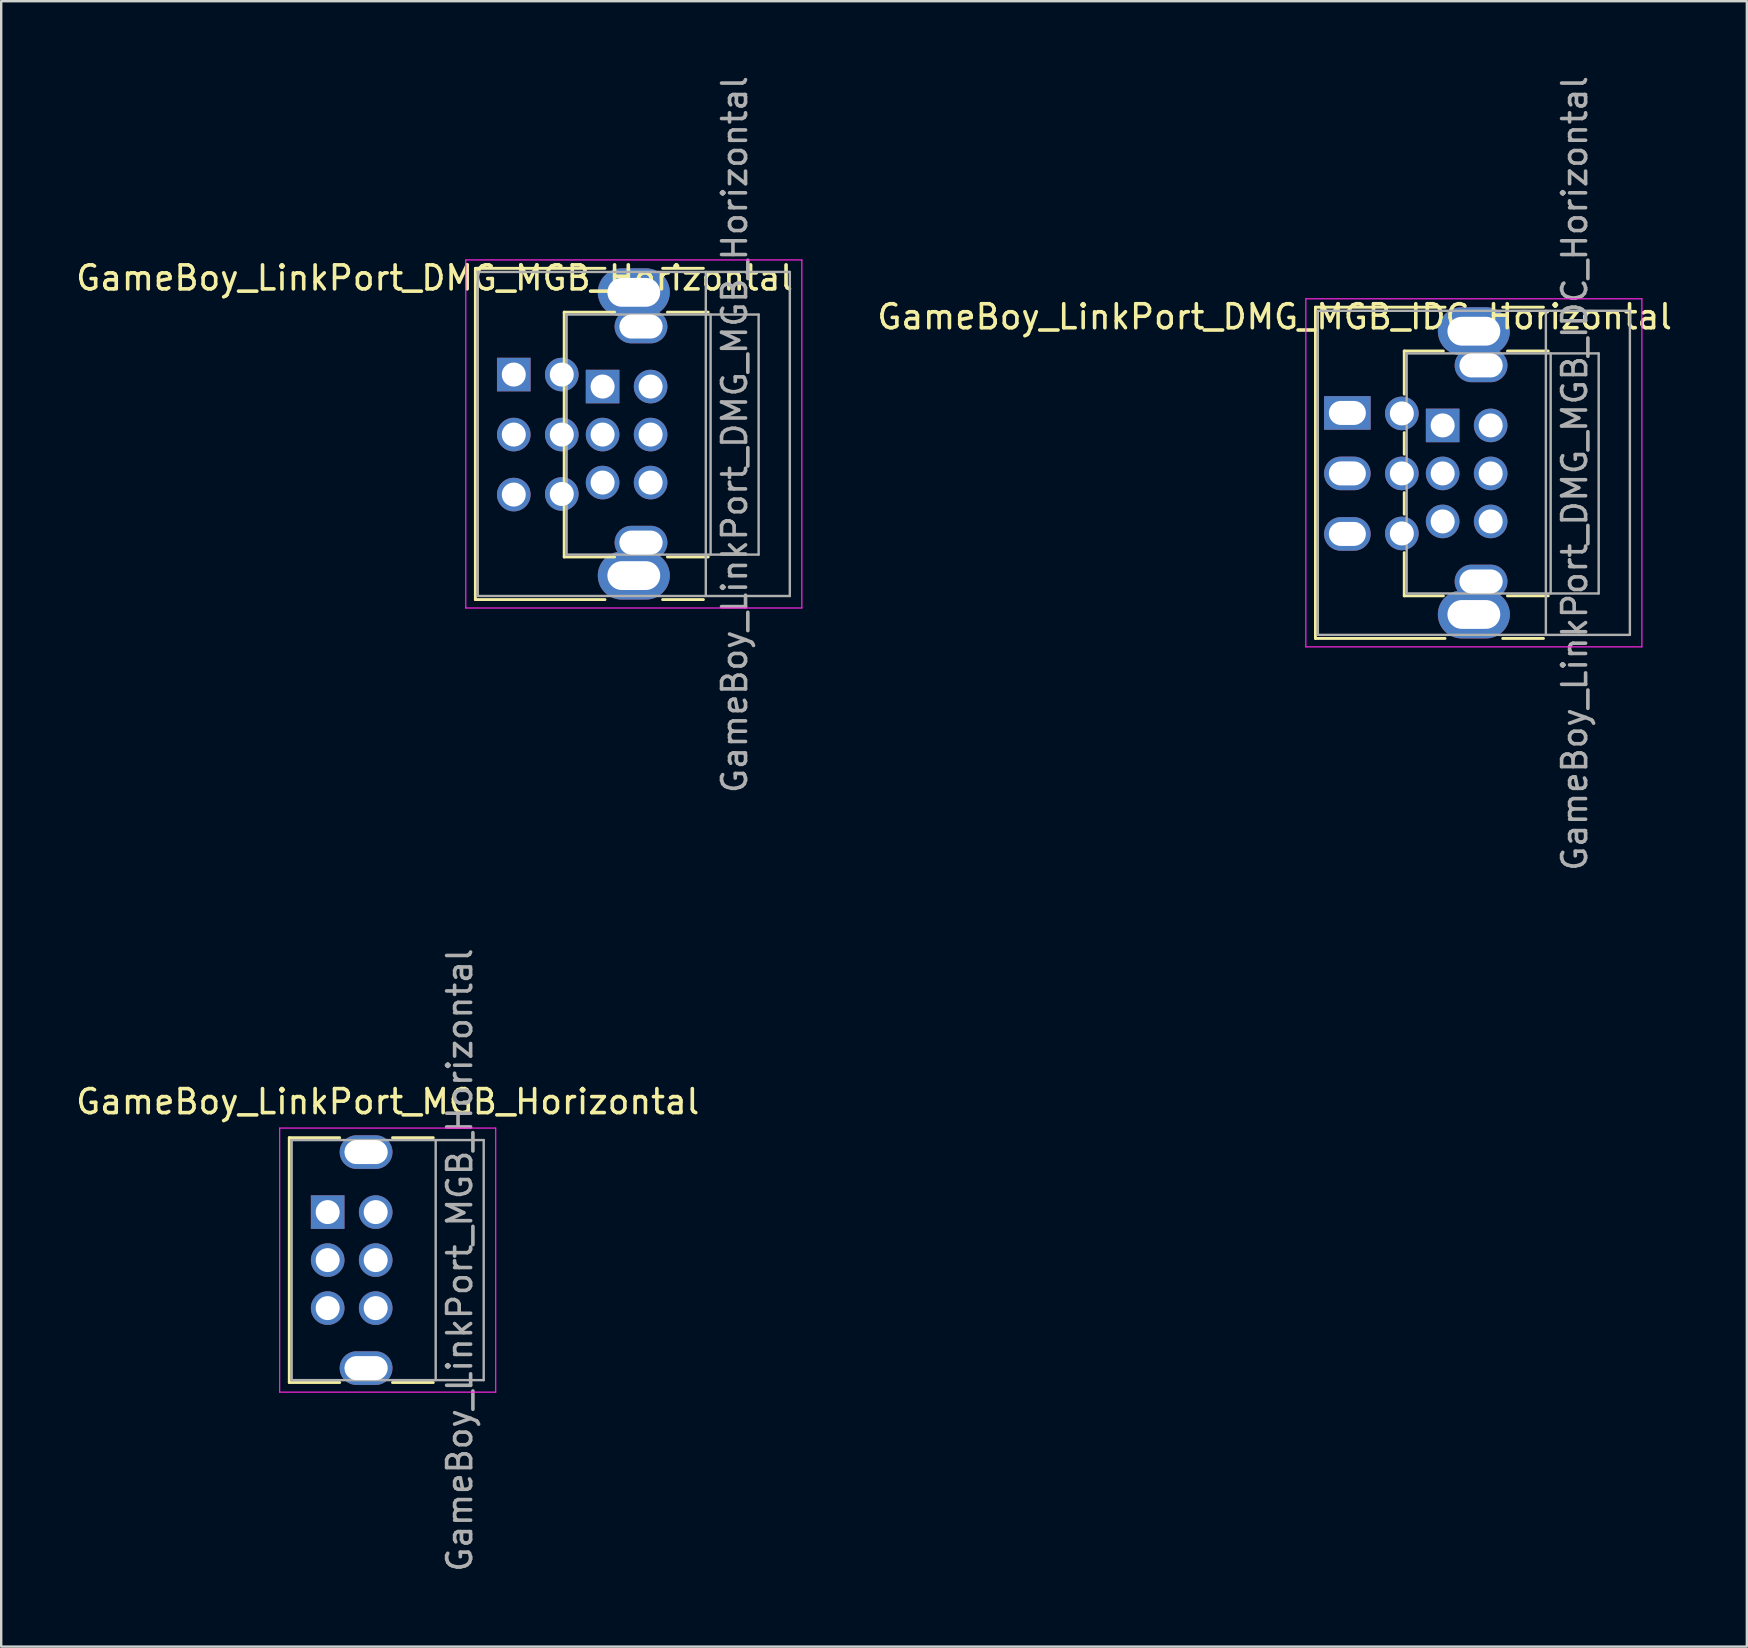
<source format=kicad_pcb>
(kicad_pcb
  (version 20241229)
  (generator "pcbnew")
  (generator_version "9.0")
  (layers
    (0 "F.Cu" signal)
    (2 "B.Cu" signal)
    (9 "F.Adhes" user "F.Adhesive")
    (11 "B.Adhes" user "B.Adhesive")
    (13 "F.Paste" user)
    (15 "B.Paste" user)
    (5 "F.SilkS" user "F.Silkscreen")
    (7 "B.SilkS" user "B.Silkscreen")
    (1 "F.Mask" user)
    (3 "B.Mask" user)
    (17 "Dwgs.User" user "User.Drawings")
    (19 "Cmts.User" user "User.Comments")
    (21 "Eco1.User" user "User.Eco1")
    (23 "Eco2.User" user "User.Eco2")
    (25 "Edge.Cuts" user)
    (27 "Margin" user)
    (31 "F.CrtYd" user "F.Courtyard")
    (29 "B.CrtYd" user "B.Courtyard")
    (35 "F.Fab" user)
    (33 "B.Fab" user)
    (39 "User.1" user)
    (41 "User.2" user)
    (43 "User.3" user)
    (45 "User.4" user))
  (footprint "GameBoy_LinkPort_MGB_Horizontal"
    (layer "F.Cu")
    (at 10.601 47.446)
    (property "Reference" "GameBoy_LinkPort_MGB_Horizontal" (at 2.5 -4.6 0) (layer "F.SilkS") (effects (font (size 1 1) (thickness 0.15))))
    (attr through_hole)
    (fp_line (start -1.6 -3.1) (end -1.6 7.1) (stroke (width 0.12) (type solid)) (layer "F.SilkS"))
    (fp_line (start -1.6 7.1) (end 0.5 7.1) (stroke (width 0.12) (type solid)) (layer "F.SilkS"))
    (fp_line (start 0.5 -3.1) (end -1.6 -3.1) (stroke (width 0.12) (type solid)) (layer "F.SilkS"))
    (fp_line (start 2.7 7.1) (end 4.4 7.1) (stroke (width 0.12) (type solid)) (layer "F.SilkS"))
    (fp_line (start 4.4 -3.1) (end 2.7 -3.1) (stroke (width 0.12) (type solid)) (layer "F.SilkS"))
    (fp_line (start -2 -3.5) (end -2 7.5) (stroke (width 0.05) (type solid)) (layer "F.CrtYd"))
    (fp_line (start 7 -3.5) (end -2 -3.5) (stroke (width 0.05) (type solid)) (layer "F.CrtYd"))
    (fp_line (start 7 -3.5) (end 7 7.5) (stroke (width 0.05) (type solid)) (layer "F.CrtYd"))
    (fp_line (start 7 7.5) (end -2 7.5) (stroke (width 0.05) (type solid)) (layer "F.CrtYd"))
    (fp_line (start -1.5 -3) (end 6.5 -3) (stroke (width 0.1) (type solid)) (layer "F.Fab"))
    (fp_line (start -1.5 7) (end -1.5 -3) (stroke (width 0.1) (type solid)) (layer "F.Fab"))
    (fp_line (start -1.5 7) (end 6.5 7) (stroke (width 0.1) (type solid)) (layer "F.Fab"))
    (fp_line (start 4.5 -3) (end 4.5 7) (stroke (width 0.1) (type solid)) (layer "F.Fab"))
    (fp_line (start 6.5 7) (end 6.5 -3) (stroke (width 0.1) (type solid)) (layer "F.Fab"))
    (fp_text user "${REFERENCE}" (at 5.5 2 90) (layer "F.Fab") (effects (font (size 1 1) (thickness 0.15))))
    (pad "1" thru_hole rect (at 0 0) (size 1.4 1.4) (drill 1) (layers "*.Cu" "*.Mask"))
    (pad "2" thru_hole circle (at 2 0) (size 1.4 1.4) (drill 1) (layers "*.Cu" "*.Mask"))
    (pad "3" thru_hole circle (at 0 2) (size 1.4 1.4) (drill 1) (layers "*.Cu" "*.Mask"))
    (pad "4" thru_hole circle (at 2 2) (size 1.4 1.4) (drill 1) (layers "*.Cu" "*.Mask"))
    (pad "5" thru_hole circle (at 0 4) (size 1.4 1.4) (drill 1) (layers "*.Cu" "*.Mask"))
    (pad "6" thru_hole circle (at 2 4) (size 1.4 1.4) (drill 1) (layers "*.Cu" "*.Mask"))
    (pad "SH" thru_hole oval (at 1.6 -2.5 90) (size 1.4 2.2) (drill oval 1 1.8) (layers "*.Cu" "*.Mask"))
    (pad "SH" thru_hole oval (at 1.6 6.5 90) (size 1.4 2.2) (drill oval 1 1.8) (layers "*.Cu" "*.Mask")))
  (footprint "GameBoy_LinkPort_DMG_MGB_IDC_Horizontal"
    (layer "F.Cu")
    (at 58.351 16.673)
    (property "Reference" "GameBoy_LinkPort_DMG_MGB_IDC_Horizontal" (at -8.3 -6.525 180) (layer "F.SilkS") (effects (font (size 1 1) (thickness 0.15))))
    (attr through_hole)
    (fp_line (start -6.6 -6.925) (end -6.6 6.875) (stroke (width 0.12) (type solid)) (layer "F.SilkS"))
    (fp_line (start -6.6 6.875) (end -1.2 6.875) (stroke (width 0.12) (type solid)) (layer "F.SilkS"))
    (fp_line (start -2.9 -5.1) (end -2.9 -3.3) (stroke (width 0.12) (type solid)) (layer "F.SilkS"))
    (fp_line (start -2.9 -1.7) (end -2.9 -0.8) (stroke (width 0.12) (type solid)) (layer "F.SilkS"))
    (fp_line (start -2.9 0.8) (end -2.9 1.7) (stroke (width 0.12) (type solid)) (layer "F.SilkS"))
    (fp_line (start -2.9 3.3) (end -2.9 5.1) (stroke (width 0.12) (type solid)) (layer "F.SilkS"))
    (fp_line (start -2.9 5.1) (end -1.27 5.1) (stroke (width 0.12) (type solid)) (layer "F.SilkS"))
    (fp_line (start -1.27 -5.1) (end -2.9 -5.1) (stroke (width 0.12) (type solid)) (layer "F.SilkS"))
    (fp_line (start -1.2 -6.925) (end -6.6 -6.925) (stroke (width 0.12) (type solid)) (layer "F.SilkS"))
    (fp_line (start 1.2 6.875) (end 2.9 6.875) (stroke (width 0.12) (type solid)) (layer "F.SilkS"))
    (fp_line (start 1.4 5.1) (end 3.1 5.1) (stroke (width 0.12) (type solid)) (layer "F.SilkS"))
    (fp_line (start 2.9 -6.925) (end 1.2 -6.925) (stroke (width 0.12) (type solid)) (layer "F.SilkS"))
    (fp_line (start 3.1 -5.1) (end 1.4 -5.1) (stroke (width 0.12) (type solid)) (layer "F.SilkS"))
    (fp_line (start -7 -7.275) (end -7 7.225) (stroke (width 0.05) (type solid)) (layer "F.CrtYd"))
    (fp_line (start -7 7.225) (end 7 7.225) (stroke (width 0.05) (type solid)) (layer "F.CrtYd"))
    (fp_line (start 7 -7.275) (end -7 -7.275) (stroke (width 0.05) (type solid)) (layer "F.CrtYd"))
    (fp_line (start 7 7.225) (end 7 -7.275) (stroke (width 0.05) (type solid)) (layer "F.CrtYd"))
    (fp_line (start -6.5 -6.775) (end 6.5 -6.775) (stroke (width 0.1) (type solid)) (layer "F.Fab"))
    (fp_line (start -6.5 6.725) (end -6.5 -6.775) (stroke (width 0.1) (type solid)) (layer "F.Fab"))
    (fp_line (start -6.5 6.725) (end 6.5 6.725) (stroke (width 0.1) (type solid)) (layer "F.Fab"))
    (fp_line (start -2.8 -5) (end 5.2 -5) (stroke (width 0.1) (type solid)) (layer "F.Fab"))
    (fp_line (start -2.8 5) (end -2.8 -5) (stroke (width 0.1) (type solid)) (layer "F.Fab"))
    (fp_line (start -2.8 5) (end 5.2 5) (stroke (width 0.1) (type solid)) (layer "F.Fab"))
    (fp_line (start 3 6.725) (end 3 -6.775) (stroke (width 0.1) (type solid)) (layer "F.Fab"))
    (fp_line (start 3.2 -5) (end 3.2 5) (stroke (width 0.1) (type solid)) (layer "F.Fab"))
    (fp_line (start 5.2 5) (end 5.2 -5) (stroke (width 0.1) (type solid)) (layer "F.Fab"))
    (fp_line (start 6.5 -6.775) (end 6.5 6.725) (stroke (width 0.1) (type solid)) (layer "F.Fab"))
    (fp_text user "${REFERENCE}" (at 4.2 0 270) (layer "F.Fab") (effects (font (size 1 1) (thickness 0.15))))
    (pad "1" thru_hole rect (at -5.27 -2.52) (size 1.94 1.4) (drill oval 1.54 1) (layers "*.Cu" "*.Mask"))
    (pad "1" thru_hole rect (at -1.3 -2) (size 1.4 1.4) (drill 1) (layers "*.Cu" "*.Mask"))
    (pad "2" thru_hole circle (at -3 -2.5 90) (size 1.4 1.4) (drill 1) (layers "*.Cu" "*.Mask"))
    (pad "2" thru_hole circle (at 0.7 -2) (size 1.4 1.4) (drill 1) (layers "*.Cu" "*.Mask"))
    (pad "3" thru_hole oval (at -5.27 0) (size 1.94 1.4) (drill oval 1.54 1) (layers "*.Cu" "*.Mask"))
    (pad "3" thru_hole circle (at -1.3 0) (size 1.4 1.4) (drill 1) (layers "*.Cu" "*.Mask"))
    (pad "4" thru_hole circle (at -3 0 90) (size 1.4 1.4) (drill 1) (layers "*.Cu" "*.Mask"))
    (pad "4" thru_hole circle (at 0.7 0) (size 1.4 1.4) (drill 1) (layers "*.Cu" "*.Mask"))
    (pad "5" thru_hole oval (at -5.27 2.52) (size 1.94 1.4) (drill oval 1.54 1) (layers "*.Cu" "*.Mask"))
    (pad "5" thru_hole circle (at -1.3 2) (size 1.4 1.4) (drill 1) (layers "*.Cu" "*.Mask"))
    (pad "6" thru_hole circle (at -3 2.5 90) (size 1.4 1.4) (drill 1) (layers "*.Cu" "*.Mask"))
    (pad "6" thru_hole circle (at 0.7 2) (size 1.4 1.4) (drill 1) (layers "*.Cu" "*.Mask"))
    (pad "SH" thru_hole oval (at 0 -5.925 90) (size 2 3) (drill oval 1.2 2.2) (layers "*.Cu" "*.Mask"))
    (pad "SH" thru_hole oval (at 0 5.875 90) (size 2 3) (drill oval 1.2 2.2) (layers "*.Cu" "*.Mask"))
    (pad "SH" thru_hole oval (at 0.3 -4.5 90) (size 1.4 2.2) (drill oval 1 1.8) (layers "*.Cu" "*.Mask"))
    (pad "SH" thru_hole oval (at 0.3 4.5 90) (size 1.4 2.2) (drill oval 1 1.8) (layers "*.Cu" "*.Mask")))
  (footprint "GameBoy_LinkPort_DMG_MGB_Horizontal"
    (layer "F.Cu")
    (at 23.354 15.054)
    (property "Reference" "GameBoy_LinkPort_DMG_MGB_Horizontal" (at -8.3 -6.525 180) (layer "F.SilkS") (effects (font (size 1 1) (thickness 0.15))))
    (attr through_hole)
    (fp_line (start -6.6 -6.925) (end -6.6 6.875) (stroke (width 0.12) (type solid)) (layer "F.SilkS"))
    (fp_line (start -6.6 6.875) (end -1.2 6.875) (stroke (width 0.12) (type solid)) (layer "F.SilkS"))
    (fp_line (start -2.9 -5.1) (end -2.9 5.1) (stroke (width 0.12) (type solid)) (layer "F.SilkS"))
    (fp_line (start -2.9 5.1) (end -0.8 5.1) (stroke (width 0.12) (type solid)) (layer "F.SilkS"))
    (fp_line (start -1.2 -6.925) (end -6.6 -6.925) (stroke (width 0.12) (type solid)) (layer "F.SilkS"))
    (fp_line (start -0.8 -5.1) (end -2.9 -5.1) (stroke (width 0.12) (type solid)) (layer "F.SilkS"))
    (fp_line (start 1.2 6.875) (end 2.9 6.875) (stroke (width 0.12) (type solid)) (layer "F.SilkS"))
    (fp_line (start 1.4 5.1) (end 3.1 5.1) (stroke (width 0.12) (type solid)) (layer "F.SilkS"))
    (fp_line (start 2.9 -6.925) (end 1.2 -6.925) (stroke (width 0.12) (type solid)) (layer "F.SilkS"))
    (fp_line (start 3.1 -5.1) (end 1.4 -5.1) (stroke (width 0.12) (type solid)) (layer "F.SilkS"))
    (fp_line (start -7 -7.275) (end -7 7.225) (stroke (width 0.05) (type solid)) (layer "F.CrtYd"))
    (fp_line (start -7 7.225) (end 7 7.225) (stroke (width 0.05) (type solid)) (layer "F.CrtYd"))
    (fp_line (start 7 -7.275) (end -7 -7.275) (stroke (width 0.05) (type solid)) (layer "F.CrtYd"))
    (fp_line (start 7 7.225) (end 7 -7.275) (stroke (width 0.05) (type solid)) (layer "F.CrtYd"))
    (fp_line (start -6.5 -6.775) (end 6.5 -6.775) (stroke (width 0.1) (type solid)) (layer "F.Fab"))
    (fp_line (start -6.5 6.725) (end -6.5 -6.775) (stroke (width 0.1) (type solid)) (layer "F.Fab"))
    (fp_line (start -6.5 6.725) (end 6.5 6.725) (stroke (width 0.1) (type solid)) (layer "F.Fab"))
    (fp_line (start -2.8 -5) (end 5.2 -5) (stroke (width 0.1) (type solid)) (layer "F.Fab"))
    (fp_line (start -2.8 5) (end -2.8 -5) (stroke (width 0.1) (type solid)) (layer "F.Fab"))
    (fp_line (start -2.8 5) (end 5.2 5) (stroke (width 0.1) (type solid)) (layer "F.Fab"))
    (fp_line (start 3 6.725) (end 3 -6.775) (stroke (width 0.1) (type solid)) (layer "F.Fab"))
    (fp_line (start 3.2 -5) (end 3.2 5) (stroke (width 0.1) (type solid)) (layer "F.Fab"))
    (fp_line (start 5.2 5) (end 5.2 -5) (stroke (width 0.1) (type solid)) (layer "F.Fab"))
    (fp_line (start 6.5 -6.775) (end 6.5 6.725) (stroke (width 0.1) (type solid)) (layer "F.Fab"))
    (fp_text user "${REFERENCE}" (at 4.2 0 90) (layer "F.Fab") (effects (font (size 1 1) (thickness 0.15))))
    (pad "1" thru_hole rect (at -5 -2.5 90) (size 1.4 1.4) (drill 1) (layers "*.Cu" "*.Mask"))
    (pad "1" thru_hole rect (at -1.3 -2) (size 1.4 1.4) (drill 1) (layers "*.Cu" "*.Mask"))
    (pad "2" thru_hole circle (at -3 -2.5 90) (size 1.4 1.4) (drill 1) (layers "*.Cu" "*.Mask"))
    (pad "2" thru_hole circle (at 0.7 -2) (size 1.4 1.4) (drill 1) (layers "*.Cu" "*.Mask"))
    (pad "3" thru_hole circle (at -5 0 90) (size 1.4 1.4) (drill 1) (layers "*.Cu" "*.Mask"))
    (pad "3" thru_hole circle (at -1.3 0) (size 1.4 1.4) (drill 1) (layers "*.Cu" "*.Mask"))
    (pad "4" thru_hole circle (at -3 0 90) (size 1.4 1.4) (drill 1) (layers "*.Cu" "*.Mask"))
    (pad "4" thru_hole circle (at 0.7 0) (size 1.4 1.4) (drill 1) (layers "*.Cu" "*.Mask"))
    (pad "5" thru_hole circle (at -5 2.5 90) (size 1.4 1.4) (drill 1) (layers "*.Cu" "*.Mask"))
    (pad "5" thru_hole circle (at -1.3 2) (size 1.4 1.4) (drill 1) (layers "*.Cu" "*.Mask"))
    (pad "6" thru_hole circle (at -3 2.475 90) (size 1.4 1.4) (drill 1) (layers "*.Cu" "*.Mask"))
    (pad "6" thru_hole circle (at 0.7 2) (size 1.4 1.4) (drill 1) (layers "*.Cu" "*.Mask"))
    (pad "SH" thru_hole oval (at 0 -5.925 90) (size 2 3) (drill oval 1.2 2.2) (layers "*.Cu" "*.Mask"))
    (pad "SH" thru_hole oval (at 0 5.875 90) (size 2 3) (drill oval 1.2 2.2) (layers "*.Cu" "*.Mask"))
    (pad "SH" thru_hole oval (at 0.3 -4.5 90) (size 1.4 2.2) (drill oval 1 1.8) (layers "*.Cu" "*.Mask"))
    (pad "SH" thru_hole oval (at 0.3 4.5 90) (size 1.4 2.2) (drill oval 1 1.8) (layers "*.Cu" "*.Mask")))
  (gr_rect
    (start -3 -3)
    (end 69.724 65.548)
    (stroke (width 0.1) (type default))
    (fill no)
    (layer "Edge.Cuts")))
</source>
